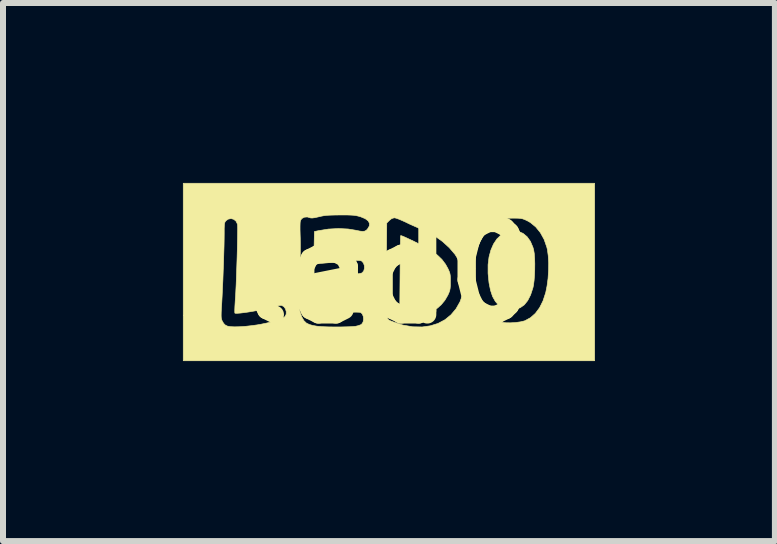
<source format=kicad_pcb>
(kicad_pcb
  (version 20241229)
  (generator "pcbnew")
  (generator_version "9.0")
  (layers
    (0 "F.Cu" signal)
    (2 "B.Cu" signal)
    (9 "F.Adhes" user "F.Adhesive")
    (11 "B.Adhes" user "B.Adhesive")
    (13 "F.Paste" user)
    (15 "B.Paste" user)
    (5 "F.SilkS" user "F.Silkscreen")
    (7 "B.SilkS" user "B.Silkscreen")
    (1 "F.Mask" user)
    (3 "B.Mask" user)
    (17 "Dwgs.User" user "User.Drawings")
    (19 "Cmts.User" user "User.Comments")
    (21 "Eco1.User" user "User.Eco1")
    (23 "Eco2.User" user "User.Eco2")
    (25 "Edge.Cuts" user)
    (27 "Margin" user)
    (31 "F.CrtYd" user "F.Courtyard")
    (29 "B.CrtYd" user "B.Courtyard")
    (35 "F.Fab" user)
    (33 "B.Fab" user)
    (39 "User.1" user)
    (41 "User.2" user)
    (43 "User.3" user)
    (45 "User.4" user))
  (footprint "led0"
    (layer "F.Cu")
    (at 3.421 1.505)
    (property "Reference" "led0" (at 0 0 0) (layer "F.SilkS") (effects (font (size 1.524 1.524) (thickness 0.3))))
    (attr through_hole)
    (fp_poly (pts (xy 2.132 -0.704) (xy 2.169 -0.697) (xy 2.248 -0.665) (xy 2.316 -0.609) (xy 2.372 -0.531) (xy 2.414 -0.432) (xy 2.426 -0.389) (xy 2.436 -0.33) (xy 2.442 -0.251) (xy 2.445 -0.16) (xy 2.444 -0.062) (xy 2.44 0.035) (xy 2.433 0.125) (xy 2.423 0.201) (xy 2.414 0.243) (xy 2.375 0.362) (xy 2.327 0.456) (xy 2.27 0.527) (xy 2.202 0.575) (xy 2.123 0.603) (xy 2.072 0.61) (xy 2.02 0.61) (xy 1.97 0.605) (xy 1.953 0.601) (xy 1.915 0.584) (xy 1.87 0.555) (xy 1.843 0.534) (xy 1.787 0.47) (xy 1.741 0.388) (xy 1.707 0.286) (xy 1.682 0.162) (xy 1.667 0.014) (xy 1.666 -0.002) (xy 1.666 -0.142) (xy 1.682 -0.271) (xy 1.713 -0.386) (xy 1.757 -0.487) (xy 1.813 -0.571) (xy 1.88 -0.636) (xy 1.956 -0.681) (xy 2.041 -0.705) (xy 2.132 -0.704)) (stroke (width 0.01) (type solid)) (fill yes) (layer "F.SilkS"))
    (fp_poly (pts (xy 0.222 -0.625) (xy 0.256 -0.612) (xy 0.305 -0.59) (xy 0.365 -0.562) (xy 0.432 -0.53) (xy 0.502 -0.495) (xy 0.571 -0.46) (xy 0.633 -0.426) (xy 0.686 -0.396) (xy 0.725 -0.372) (xy 0.726 -0.372) (xy 0.822 -0.301) (xy 0.897 -0.229) (xy 0.957 -0.149) (xy 0.995 -0.081) (xy 1.015 -0.038) (xy 1.028 -0.003) (xy 1.035 0.034) (xy 1.038 0.081) (xy 1.038 0.14) (xy 1.038 0.205) (xy 1.034 0.251) (xy 1.027 0.289) (xy 1.013 0.327) (xy 0.996 0.365) (xy 0.946 0.451) (xy 0.884 0.526) (xy 0.817 0.585) (xy 0.764 0.615) (xy 0.675 0.643) (xy 0.572 0.661) (xy 0.464 0.667) (xy 0.363 0.66) (xy 0.337 0.655) (xy 0.289 0.642) (xy 0.244 0.624) (xy 0.236 0.619) (xy 0.194 0.595) (xy 0.199 -0.014) (xy 0.2 -0.139) (xy 0.201 -0.256) (xy 0.203 -0.361) (xy 0.204 -0.453) (xy 0.205 -0.528) (xy 0.206 -0.584) (xy 0.207 -0.618) (xy 0.208 -0.627) (xy 0.222 -0.625)) (stroke (width 0.01) (type solid)) (fill yes) (layer "F.SilkS"))
    (fp_poly (pts (xy 3.443 1.46) (xy -3.416 1.46) (xy -3.416 0.7) (xy -2.784 0.7) (xy -2.783 0.735) (xy -2.779 0.76) (xy -2.773 0.78) (xy -2.765 0.799) (xy -2.742 0.837) (xy -2.715 0.864) (xy -2.679 0.882) (xy -2.628 0.891) (xy -2.56 0.894) (xy -2.472 0.892) (xy -2.383 0.886) (xy -2.283 0.875) (xy -2.186 0.862) (xy -2.127 0.852) (xy -2.021 0.83) (xy -1.925 0.806) (xy -1.843 0.781) (xy -1.778 0.756) (xy -1.734 0.734) (xy -1.72 0.722) (xy -1.7 0.684) (xy -1.699 0.638) (xy -1.712 0.594) (xy -1.738 0.558) (xy -1.773 0.538) (xy -1.789 0.536) (xy -1.813 0.539) (xy -1.856 0.548) (xy -1.915 0.561) (xy -1.982 0.578) (xy -2.004 0.583) (xy -2.075 0.6) (xy -2.153 0.616) (xy -2.235 0.631) (xy -2.317 0.645) (xy -2.393 0.656) (xy -2.459 0.664) (xy -2.512 0.668) (xy -2.545 0.668) (xy -2.555 0.665) (xy -2.557 0.649) (xy -2.557 0.611) (xy -2.555 0.556) (xy -2.551 0.488) (xy -2.548 0.438) (xy -2.543 0.371) (xy -2.539 0.291) (xy -1.495 0.291) (xy -1.494 0.388) (xy -1.492 0.472) (xy -1.488 0.537) (xy -1.487 0.548) (xy -1.469 0.644) (xy -1.441 0.726) (xy -1.405 0.79) (xy -1.363 0.831) (xy -1.357 0.834) (xy -1.313 0.855) (xy -1.257 0.871) (xy -1.188 0.883) (xy -1.101 0.891) (xy -0.994 0.895) (xy -0.884 0.896) (xy -0.797 0.896) (xy -0.713 0.894) (xy -0.639 0.892) (xy -0.581 0.888) (xy -0.544 0.885) (xy -0.497 0.874) (xy -0.459 0.86) (xy -0.442 0.85) (xy -0.418 0.814) (xy -0.41 0.767) (xy -0.415 0.718) (xy -0.433 0.677) (xy -0.457 0.656) (xy -0.48 0.651) (xy -0.531 0.649) (xy -0.607 0.65) (xy -0.71 0.654) (xy -0.787 0.657) (xy -0.879 0.661) (xy -0.965 0.663) (xy -1.042 0.665) (xy -1.104 0.665) (xy -1.146 0.664) (xy -1.156 0.663) (xy -1.191 0.656) (xy -1.218 0.646) (xy -1.238 0.629) (xy -1.251 0.602) (xy -1.259 0.56) (xy -1.264 0.502) (xy -1.264 0.478) (xy -0.035 0.478) (xy -0.034 0.56) (xy -0.032 0.625) (xy -0.029 0.676) (xy -0.023 0.714) (xy -0.015 0.743) (xy -0.005 0.763) (xy 0.008 0.777) (xy 0.024 0.787) (xy 0.044 0.796) (xy 0.067 0.804) (xy 0.089 0.813) (xy 0.247 0.865) (xy 0.408 0.893) (xy 0.568 0.896) (xy 0.703 0.877) (xy 0.832 0.837) (xy 0.948 0.775) (xy 1.048 0.693) (xy 1.132 0.593) (xy 1.198 0.477) (xy 1.244 0.348) (xy 1.268 0.207) (xy 1.269 0.181) (xy 1.269 0.07) (xy 1.252 -0.032) (xy 1.217 -0.133) (xy 1.204 -0.162) (xy 1.455 -0.162) (xy 1.455 -0.076) (xy 1.455 -0.054) (xy 1.456 0.042) (xy 1.457 0.116) (xy 1.46 0.174) (xy 1.465 0.222) (xy 1.472 0.263) (xy 1.482 0.305) (xy 1.485 0.315) (xy 1.534 0.458) (xy 1.594 0.579) (xy 1.668 0.677) (xy 1.753 0.751) (xy 1.849 0.801) (xy 1.899 0.817) (xy 1.961 0.826) (xy 2.04 0.827) (xy 2.124 0.822) (xy 2.205 0.811) (xy 2.272 0.795) (xy 2.284 0.79) (xy 2.374 0.741) (xy 2.455 0.669) (xy 2.525 0.575) (xy 2.582 0.461) (xy 2.625 0.33) (xy 2.626 0.329) (xy 2.649 0.214) (xy 2.666 0.088) (xy 2.674 -0.042) (xy 2.676 -0.171) (xy 2.669 -0.291) (xy 2.655 -0.395) (xy 2.645 -0.435) (xy 2.6 -0.564) (xy 2.538 -0.676) (xy 2.461 -0.771) (xy 2.371 -0.845) (xy 2.32 -0.874) (xy 2.279 -0.893) (xy 2.245 -0.906) (xy 2.211 -0.913) (xy 2.168 -0.917) (xy 2.108 -0.918) (xy 2.083 -0.918) (xy 2.015 -0.917) (xy 1.966 -0.914) (xy 1.928 -0.908) (xy 1.894 -0.897) (xy 1.855 -0.88) (xy 1.854 -0.88) (xy 1.762 -0.824) (xy 1.677 -0.745) (xy 1.6 -0.646) (xy 1.535 -0.532) (xy 1.49 -0.422) (xy 1.478 -0.384) (xy 1.468 -0.35) (xy 1.462 -0.316) (xy 1.458 -0.277) (xy 1.456 -0.227) (xy 1.455 -0.162) (xy 1.204 -0.162) (xy 1.187 -0.197) (xy 1.115 -0.314) (xy 1.02 -0.425) (xy 0.906 -0.529) (xy 0.777 -0.621) (xy 0.637 -0.698) (xy 0.549 -0.736) (xy 0.496 -0.758) (xy 0.428 -0.788) (xy 0.354 -0.821) (xy 0.295 -0.85) (xy 0.233 -0.878) (xy 0.176 -0.902) (xy 0.131 -0.918) (xy 0.103 -0.924) (xy 0.102 -0.924) (xy 0.059 -0.911) (xy 0.021 -0.881) (xy -0.023 -0.837) (xy -0.03 -0.054) (xy -0.032 0.114) (xy -0.034 0.258) (xy -0.035 0.378) (xy -0.035 0.478) (xy -1.264 0.478) (xy -1.266 0.422) (xy -1.266 0.34) (xy -1.266 0.262) (xy -1.265 0.193) (xy -1.263 0.139) (xy -1.261 0.103) (xy -1.259 0.089) (xy -1.245 0.087) (xy -1.207 0.082) (xy -1.149 0.076) (xy -1.075 0.068) (xy -0.987 0.06) (xy -0.889 0.051) (xy -0.858 0.048) (xy -0.728 0.036) (xy -0.623 0.025) (xy -0.542 0.016) (xy -0.484 0.007) (xy -0.447 -0.001) (xy -0.433 -0.007) (xy -0.407 -0.038) (xy -0.395 -0.082) (xy -0.397 -0.129) (xy -0.413 -0.172) (xy -0.44 -0.202) (xy -0.449 -0.206) (xy -0.47 -0.211) (xy -0.502 -0.213) (xy -0.548 -0.213) (xy -0.61 -0.21) (xy -0.692 -0.204) (xy -0.795 -0.194) (xy -0.922 -0.182) (xy -0.924 -0.182) (xy -1.013 -0.173) (xy -1.092 -0.166) (xy -1.158 -0.16) (xy -1.207 -0.155) (xy -1.235 -0.153) (xy -1.241 -0.152) (xy -1.241 -0.166) (xy -1.24 -0.202) (xy -1.239 -0.256) (xy -1.238 -0.326) (xy -1.236 -0.406) (xy -1.235 -0.425) (xy -1.229 -0.695) (xy -1.163 -0.709) (xy -0.996 -0.736) (xy -0.828 -0.745) (xy -0.666 -0.737) (xy -0.538 -0.716) (xy -0.471 -0.702) (xy -0.423 -0.697) (xy -0.389 -0.702) (xy -0.362 -0.718) (xy -0.343 -0.738) (xy -0.314 -0.787) (xy -0.311 -0.832) (xy -0.334 -0.873) (xy -0.382 -0.909) (xy -0.456 -0.94) (xy -0.46 -0.941) (xy -0.498 -0.952) (xy -0.534 -0.96) (xy -0.575 -0.966) (xy -0.624 -0.969) (xy -0.688 -0.971) (xy -0.771 -0.971) (xy -0.797 -0.971) (xy -0.891 -0.97) (xy -0.963 -0.968) (xy -1.022 -0.965) (xy -1.071 -0.959) (xy -1.118 -0.95) (xy -1.156 -0.941) (xy -1.222 -0.926) (xy -1.267 -0.92) (xy -1.294 -0.922) (xy -1.3 -0.924) (xy -1.348 -0.938) (xy -1.397 -0.934) (xy -1.438 -0.912) (xy -1.445 -0.903) (xy -1.454 -0.89) (xy -1.461 -0.876) (xy -1.466 -0.856) (xy -1.468 -0.826) (xy -1.469 -0.783) (xy -1.469 -0.723) (xy -1.467 -0.642) (xy -1.465 -0.585) (xy -1.464 -0.483) (xy -1.464 -0.385) (xy -1.465 -0.298) (xy -1.469 -0.228) (xy -1.472 -0.188) (xy -1.479 -0.113) (xy -1.486 -0.022) (xy -1.49 0.08) (xy -1.493 0.186) (xy -1.495 0.291) (xy -2.539 0.291) (xy -2.539 0.288) (xy -2.534 0.191) (xy -2.53 0.083) (xy -2.526 -0.031) (xy -2.522 -0.148) (xy -2.518 -0.265) (xy -2.515 -0.38) (xy -2.513 -0.488) (xy -2.511 -0.586) (xy -2.51 -0.671) (xy -2.509 -0.74) (xy -2.51 -0.789) (xy -2.512 -0.815) (xy -2.512 -0.817) (xy -2.535 -0.866) (xy -2.573 -0.898) (xy -2.618 -0.911) (xy -2.665 -0.902) (xy -2.7 -0.878) (xy -2.713 -0.864) (xy -2.722 -0.848) (xy -2.728 -0.827) (xy -2.731 -0.794) (xy -2.733 -0.745) (xy -2.733 -0.675) (xy -2.733 -0.66) (xy -2.734 -0.567) (xy -2.736 -0.452) (xy -2.74 -0.322) (xy -2.744 -0.18) (xy -2.75 -0.033) (xy -2.755 0.114) (xy -2.762 0.255) (xy -2.768 0.386) (xy -2.774 0.498) (xy -2.78 0.586) (xy -2.783 0.652) (xy -2.784 0.7) (xy -3.416 0.7) (xy -3.416 -1.5) (xy 3.443 -1.5) (xy 3.443 1.46)) (stroke (width 0.01) (type solid)) (fill yes) (layer "F.SilkS")))
  (gr_rect
    (start -3 -3)
    (end 9.869 5.971)
    (stroke (width 0.1) (type default))
    (fill no)
    (layer "Edge.Cuts")))
</source>
